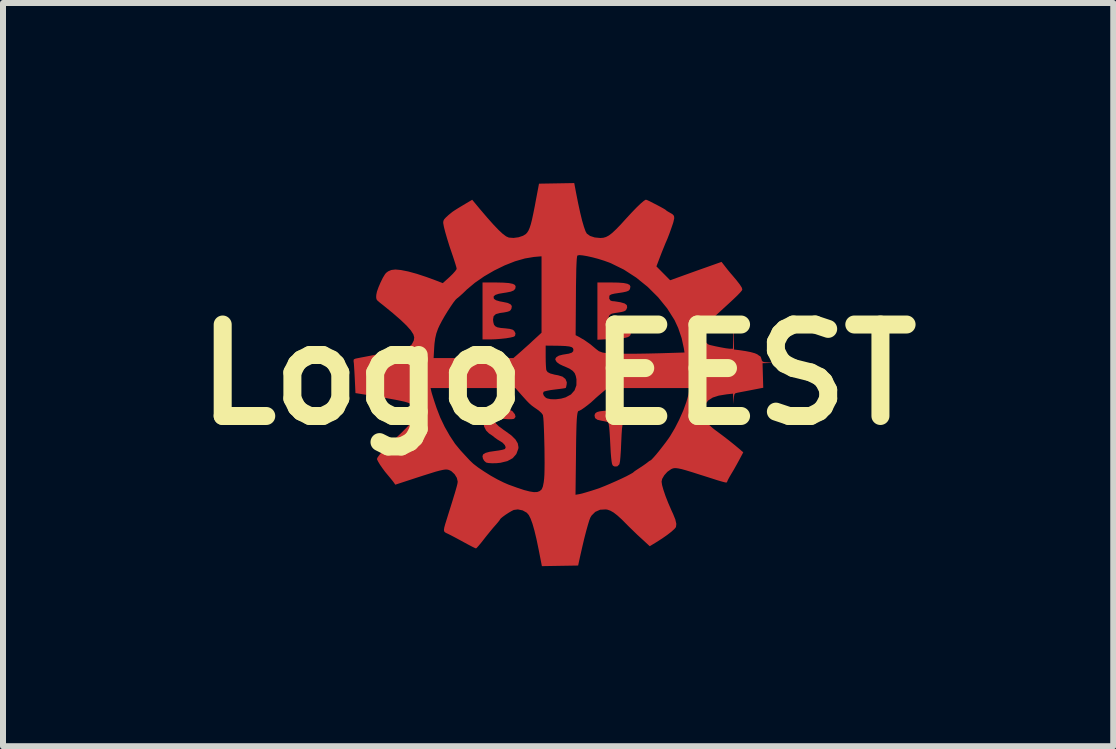
<source format=kicad_pcb>
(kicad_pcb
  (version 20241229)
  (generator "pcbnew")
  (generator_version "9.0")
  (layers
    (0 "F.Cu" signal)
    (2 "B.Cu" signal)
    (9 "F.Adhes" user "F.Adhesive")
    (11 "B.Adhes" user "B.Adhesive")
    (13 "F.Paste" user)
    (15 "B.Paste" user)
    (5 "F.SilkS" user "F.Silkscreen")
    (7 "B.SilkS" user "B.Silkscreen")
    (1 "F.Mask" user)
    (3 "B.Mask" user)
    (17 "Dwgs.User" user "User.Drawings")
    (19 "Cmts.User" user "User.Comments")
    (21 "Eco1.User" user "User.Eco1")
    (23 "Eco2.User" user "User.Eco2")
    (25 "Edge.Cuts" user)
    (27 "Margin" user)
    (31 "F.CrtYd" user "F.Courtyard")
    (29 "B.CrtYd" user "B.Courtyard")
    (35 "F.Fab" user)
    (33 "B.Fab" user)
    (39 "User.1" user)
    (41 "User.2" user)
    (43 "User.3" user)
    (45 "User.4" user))
  (footprint "Logo EEST"
    (layer "F.Cu")
    (at 6.248 3.191)
    (property "Reference" "Logo EEST" (at 0 0 0) (layer "F.SilkS") (effects (font (size 1.524 1.524) (thickness 0.3))))
    (attr board_only exclude_from_pos_files exclude_from_bom)
    (fp_poly (pts (xy 0.996 0.6) (xy 1.103 0.603) (xy 1.181 0.607) (xy 1.236 0.616) (xy 1.272 0.628) (xy 1.276 0.629) (xy 1.315 0.654) (xy 1.325 0.679) (xy 1.306 0.713) (xy 1.297 0.724) (xy 1.252 0.756) (xy 1.185 0.771) (xy 1.132 0.782) (xy 1.092 0.798) (xy 1.083 0.806) (xy 1.073 0.835) (xy 1.065 0.898) (xy 1.058 0.994) (xy 1.052 1.124) (xy 1.051 1.145) (xy 1.046 1.266) (xy 1.039 1.366) (xy 1.032 1.441) (xy 1.023 1.486) (xy 1.02 1.496) (xy 0.986 1.529) (xy 0.941 1.531) (xy 0.918 1.52) (xy 0.907 1.508) (xy 0.898 1.484) (xy 0.891 1.444) (xy 0.884 1.384) (xy 0.877 1.3) (xy 0.871 1.189) (xy 0.865 1.072) (xy 0.858 0.959) (xy 0.851 0.878) (xy 0.843 0.825) (xy 0.833 0.798) (xy 0.829 0.794) (xy 0.799 0.783) (xy 0.749 0.773) (xy 0.724 0.769) (xy 0.654 0.752) (xy 0.616 0.724) (xy 0.607 0.682) (xy 0.61 0.666) (xy 0.622 0.642) (xy 0.649 0.624) (xy 0.692 0.612) (xy 0.758 0.604) (xy 0.849 0.6) (xy 0.97 0.6)) (stroke (width 0) (type solid)) (fill yes) (layer "F.Cu"))
    (fp_poly (pts (xy -0.912 -1.532) (xy -0.819 -1.525) (xy -0.755 -1.512) (xy -0.719 -1.493) (xy -0.707 -1.468) (xy -0.707 -1.467) (xy -0.714 -1.43) (xy -0.74 -1.402) (xy -0.788 -1.382) (xy -0.864 -1.367) (xy -0.897 -1.362) (xy -0.987 -1.347) (xy -1.045 -1.328) (xy -1.073 -1.304) (xy -1.073 -1.274) (xy -1.066 -1.26) (xy -1.035 -1.239) (xy -0.971 -1.22) (xy -0.926 -1.212) (xy -0.843 -1.195) (xy -0.793 -1.172) (xy -0.771 -1.143) (xy -0.776 -1.104) (xy -0.78 -1.094) (xy -0.792 -1.073) (xy -0.813 -1.057) (xy -0.848 -1.046) (xy -0.904 -1.035) (xy -0.971 -1.026) (xy -1.037 -1.008) (xy -1.074 -0.973) (xy -1.084 -0.917) (xy -1.079 -0.872) (xy -1.068 -0.832) (xy -1.047 -0.806) (xy -1.011 -0.788) (xy -0.953 -0.777) (xy -0.882 -0.771) (xy -0.807 -0.762) (xy -0.759 -0.749) (xy -0.733 -0.731) (xy -0.732 -0.729) (xy -0.71 -0.688) (xy -0.716 -0.652) (xy -0.721 -0.642) (xy -0.745 -0.629) (xy -0.797 -0.617) (xy -0.868 -0.605) (xy -0.953 -0.596) (xy -1.044 -0.589) (xy -1.133 -0.586) (xy -1.142 -0.586) (xy -1.259 -0.586) (xy -1.259 -1.535) (xy -1.037 -1.535)) (stroke (width 0) (type solid)) (fill yes) (layer "F.Cu"))
    (fp_poly (pts (xy 1 -1.533) (xy 1.092 -1.526) (xy 1.155 -1.513) (xy 1.192 -1.494) (xy 1.205 -1.467) (xy 1.198 -1.43) (xy 1.19 -1.414) (xy 1.173 -1.397) (xy 1.137 -1.383) (xy 1.078 -1.37) (xy 1.018 -1.361) (xy 0.939 -1.349) (xy 0.889 -1.337) (xy 0.862 -1.323) (xy 0.854 -1.311) (xy 0.852 -1.264) (xy 0.874 -1.233) (xy 0.904 -1.224) (xy 0.942 -1.221) (xy 0.999 -1.212) (xy 1.04 -1.205) (xy 1.109 -1.185) (xy 1.145 -1.157) (xy 1.151 -1.12) (xy 1.139 -1.088) (xy 1.125 -1.069) (xy 1.101 -1.055) (xy 1.06 -1.044) (xy 0.996 -1.033) (xy 0.947 -1.026) (xy 0.893 -1.015) (xy 0.862 -0.995) (xy 0.847 -0.972) (xy 0.837 -0.927) (xy 0.838 -0.874) (xy 0.848 -0.827) (xy 0.866 -0.8) (xy 0.89 -0.793) (xy 0.939 -0.784) (xy 1.004 -0.776) (xy 1.023 -0.773) (xy 1.119 -0.757) (xy 1.182 -0.734) (xy 1.212 -0.704) (xy 1.209 -0.667) (xy 1.204 -0.657) (xy 1.188 -0.639) (xy 1.163 -0.625) (xy 1.124 -0.614) (xy 1.066 -0.605) (xy 0.984 -0.599) (xy 0.873 -0.592) (xy 0.866 -0.592) (xy 0.655 -0.581) (xy 0.655 -1.535) (xy 0.877 -1.535)) (stroke (width 0) (type solid)) (fill yes) (layer "F.Cu"))
    (fp_poly (pts (xy -0.826 0.572) (xy -0.759 0.611) (xy -0.757 0.614) (xy -0.719 0.662) (xy -0.709 0.703) (xy -0.729 0.732) (xy -0.743 0.739) (xy -0.777 0.743) (xy -0.834 0.743) (xy -0.901 0.738) (xy -0.909 0.737) (xy -0.985 0.73) (xy -1.036 0.732) (xy -1.056 0.738) (xy -1.063 0.768) (xy -1.04 0.809) (xy -0.989 0.86) (xy -0.91 0.919) (xy -0.881 0.939) (xy -0.78 1.012) (xy -0.711 1.08) (xy -0.672 1.145) (xy -0.66 1.21) (xy -0.663 1.236) (xy -0.696 1.324) (xy -0.757 1.393) (xy -0.845 1.441) (xy -0.96 1.469) (xy -1.031 1.476) (xy -1.102 1.477) (xy -1.162 1.473) (xy -1.198 1.465) (xy -1.199 1.465) (xy -1.232 1.435) (xy -1.252 1.4) (xy -1.26 1.359) (xy -1.247 1.327) (xy -1.208 1.304) (xy -1.141 1.286) (xy -1.059 1.274) (xy -0.988 1.264) (xy -0.929 1.253) (xy -0.892 1.242) (xy -0.885 1.239) (xy -0.873 1.21) (xy -0.888 1.174) (xy -0.924 1.135) (xy -0.96 1.112) (xy -1.01 1.082) (xy -1.053 1.051) (xy -1.057 1.048) (xy -1.097 1.016) (xy -1.146 0.983) (xy -1.149 0.982) (xy -1.199 0.932) (xy -1.233 0.865) (xy -1.244 0.792) (xy -1.238 0.75) (xy -1.212 0.682) (xy -1.182 0.636) (xy -1.136 0.604) (xy -1.098 0.585) (xy -1.004 0.558) (xy -0.911 0.554)) (stroke (width 0) (type solid)) (fill yes) (layer "F.Cu"))
    (fp_poly (pts (xy 0.299 -3.031) (xy 0.335 -2.85) (xy 0.369 -2.694) (xy 0.401 -2.563) (xy 0.431 -2.461) (xy 0.457 -2.388) (xy 0.479 -2.348) (xy 0.48 -2.348) (xy 0.533 -2.31) (xy 0.61 -2.285) (xy 0.704 -2.276) (xy 0.707 -2.276) (xy 0.754 -2.28) (xy 0.799 -2.293) (xy 0.846 -2.318) (xy 0.9 -2.359) (xy 0.963 -2.418) (xy 1.041 -2.498) (xy 1.127 -2.593) (xy 1.225 -2.699) (xy 1.309 -2.786) (xy 1.378 -2.852) (xy 1.429 -2.895) (xy 1.46 -2.914) (xy 1.464 -2.914) (xy 1.485 -2.907) (xy 1.528 -2.887) (xy 1.584 -2.858) (xy 1.647 -2.826) (xy 1.707 -2.794) (xy 1.756 -2.767) (xy 1.787 -2.748) (xy 1.793 -2.743) (xy 1.813 -2.726) (xy 1.851 -2.704) (xy 1.855 -2.702) (xy 1.905 -2.673) (xy 1.931 -2.644) (xy 1.935 -2.605) (xy 1.922 -2.547) (xy 1.916 -2.525) (xy 1.888 -2.443) (xy 1.856 -2.353) (xy 1.824 -2.27) (xy 1.796 -2.204) (xy 1.793 -2.199) (xy 1.781 -2.169) (xy 1.759 -2.115) (xy 1.731 -2.046) (xy 1.707 -1.984) (xy 1.638 -1.803) (xy 1.752 -1.688) (xy 1.867 -1.572) (xy 2.084 -1.65) (xy 2.192 -1.689) (xy 2.314 -1.733) (xy 2.433 -1.775) (xy 2.512 -1.803) (xy 2.723 -1.878) (xy 2.779 -1.806) (xy 2.826 -1.746) (xy 2.878 -1.683) (xy 2.896 -1.663) (xy 2.974 -1.57) (xy 3.028 -1.5) (xy 3.06 -1.45) (xy 3.069 -1.419) (xy 3.061 -1.4) (xy 3.033 -1.367) (xy 2.985 -1.317) (xy 2.915 -1.25) (xy 2.822 -1.164) (xy 2.756 -1.104) (xy 2.639 -0.996) (xy 2.547 -0.906) (xy 2.481 -0.834) (xy 2.44 -0.782) (xy 2.43 -0.762) (xy 2.413 -0.685) (xy 2.421 -0.611) (xy 2.45 -0.549) (xy 2.498 -0.505) (xy 2.53 -0.493) (xy 2.626 -0.471) (xy 2.716 -0.453) (xy 2.794 -0.439) (xy 2.85 -0.432) (xy 2.866 -0.431) (xy 2.913 -0.431) (xy 2.924 -0.905) (xy 2.928 -0.662) (xy 2.931 -0.418) (xy 3.022 -0.407) (xy 3.122 -0.392) (xy 3.209 -0.375) (xy 3.277 -0.356) (xy 3.319 -0.338) (xy 3.325 -0.333) (xy 3.351 -0.314) (xy 3.362 -0.31) (xy 3.376 -0.296) (xy 3.388 -0.26) (xy 3.388 -0.259) (xy 3.396 -0.231) (xy 3.412 -0.215) (xy 3.442 -0.207) (xy 3.498 -0.203) (xy 3.506 -0.202) (xy 3.613 -0.196) (xy 3.509 -0.193) (xy 3.406 -0.19) (xy 3.412 0.014) (xy 3.418 0.219) (xy 3.222 0.257) (xy 3.139 0.273) (xy 3.065 0.287) (xy 3.008 0.298) (xy 2.98 0.304) (xy 2.952 0.312) (xy 2.937 0.331) (xy 2.93 0.369) (xy 2.927 0.402) (xy 2.921 0.491) (xy 2.917 0.404) (xy 2.914 0.317) (xy 2.806 0.329) (xy 2.677 0.35) (xy 2.577 0.382) (xy 2.503 0.429) (xy 2.451 0.493) (xy 2.418 0.577) (xy 2.406 0.631) (xy 2.402 0.674) (xy 2.408 0.707) (xy 2.431 0.743) (xy 2.46 0.78) (xy 2.514 0.836) (xy 2.578 0.893) (xy 2.612 0.92) (xy 2.739 1.014) (xy 2.843 1.094) (xy 2.929 1.163) (xy 3.005 1.226) (xy 3.019 1.238) (xy 3.085 1.295) (xy 3.019 1.419) (xy 2.977 1.496) (xy 2.931 1.578) (xy 2.891 1.645) (xy 2.858 1.701) (xy 2.832 1.749) (xy 2.819 1.777) (xy 2.816 1.787) (xy 2.813 1.794) (xy 2.805 1.797) (xy 2.788 1.797) (xy 2.759 1.79) (xy 2.715 1.778) (xy 2.651 1.759) (xy 2.564 1.731) (xy 2.451 1.695) (xy 2.362 1.667) (xy 2.234 1.626) (xy 2.135 1.596) (xy 2.06 1.575) (xy 2.003 1.563) (xy 1.962 1.558) (xy 1.93 1.559) (xy 1.904 1.566) (xy 1.884 1.575) (xy 1.821 1.619) (xy 1.769 1.677) (xy 1.734 1.737) (xy 1.724 1.783) (xy 1.732 1.839) (xy 1.755 1.921) (xy 1.79 2.024) (xy 1.836 2.141) (xy 1.892 2.27) (xy 1.915 2.319) (xy 1.953 2.413) (xy 1.97 2.487) (xy 1.964 2.537) (xy 1.964 2.54) (xy 1.938 2.572) (xy 1.887 2.618) (xy 1.817 2.672) (xy 1.734 2.73) (xy 1.642 2.789) (xy 1.631 2.796) (xy 1.527 2.859) (xy 1.389 2.732) (xy 1.318 2.667) (xy 1.246 2.597) (xy 1.181 2.534) (xy 1.155 2.508) (xy 1.063 2.415) (xy 0.987 2.346) (xy 0.925 2.298) (xy 0.871 2.267) (xy 0.822 2.25) (xy 0.796 2.246) (xy 0.7 2.251) (xy 0.619 2.287) (xy 0.557 2.349) (xy 0.537 2.383) (xy 0.519 2.43) (xy 0.496 2.506) (xy 0.468 2.606) (xy 0.437 2.726) (xy 0.405 2.861) (xy 0.372 3.006) (xy 0.358 3.069) (xy 0.334 3.181) (xy -0.27 3.191) (xy -0.325 2.91) (xy -0.361 2.737) (xy -0.395 2.596) (xy -0.427 2.484) (xy -0.458 2.4) (xy -0.488 2.34) (xy -0.52 2.303) (xy -0.52 2.302) (xy -0.591 2.262) (xy -0.67 2.246) (xy -0.739 2.255) (xy -0.775 2.273) (xy -0.823 2.301) (xy -0.875 2.335) (xy -0.922 2.369) (xy -0.955 2.397) (xy -0.966 2.411) (xy -0.977 2.429) (xy -1.005 2.464) (xy -1.042 2.507) (xy -1.086 2.557) (xy -1.141 2.624) (xy -1.201 2.698) (xy -1.236 2.743) (xy -1.284 2.804) (xy -1.326 2.854) (xy -1.355 2.886) (xy -1.368 2.896) (xy -1.388 2.888) (xy -1.431 2.867) (xy -1.492 2.835) (xy -1.564 2.796) (xy -1.566 2.795) (xy -1.647 2.751) (xy -1.725 2.709) (xy -1.792 2.674) (xy -1.832 2.654) (xy -1.864 2.639) (xy -1.886 2.626) (xy -1.899 2.609) (xy -1.902 2.585) (xy -1.896 2.546) (xy -1.88 2.488) (xy -1.854 2.405) (xy -1.833 2.337) (xy -1.787 2.191) (xy -1.751 2.075) (xy -1.729 2.002) (xy 0.29 2.002) (xy 0.356 1.991) (xy 0.399 1.981) (xy 0.465 1.962) (xy 0.545 1.938) (xy 0.626 1.912) (xy 0.696 1.888) (xy 0.779 1.855) (xy 0.871 1.816) (xy 0.966 1.774) (xy 1.056 1.733) (xy 1.137 1.694) (xy 1.201 1.66) (xy 1.245 1.635) (xy 1.259 1.623) (xy 1.277 1.608) (xy 1.316 1.582) (xy 1.362 1.552) (xy 1.418 1.515) (xy 1.465 1.482) (xy 1.491 1.462) (xy 1.52 1.439) (xy 1.537 1.431) (xy 1.555 1.418) (xy 1.588 1.383) (xy 1.634 1.331) (xy 1.686 1.267) (xy 1.74 1.198) (xy 1.793 1.129) (xy 1.84 1.064) (xy 1.866 1.026) (xy 1.945 0.893) (xy 2.019 0.748) (xy 2.085 0.599) (xy 2.137 0.456) (xy 2.173 0.328) (xy 2.18 0.289) (xy 2.192 0.224) (xy 0.823 0.224) (xy 0.726 0.306) (xy 0.673 0.351) (xy 0.625 0.393) (xy 0.594 0.422) (xy 0.594 0.422) (xy 0.547 0.465) (xy 0.491 0.51) (xy 0.435 0.552) (xy 0.387 0.585) (xy 0.354 0.602) (xy 0.348 0.604) (xy 0.337 0.607) (xy 0.329 0.621) (xy 0.322 0.648) (xy 0.316 0.69) (xy 0.311 0.75) (xy 0.307 0.832) (xy 0.304 0.938) (xy 0.301 1.072) (xy 0.299 1.235) (xy 0.298 1.342) (xy 0.29 2.002) (xy -1.729 2.002) (xy -1.723 1.984) (xy -1.703 1.915) (xy -1.689 1.865) (xy -1.68 1.829) (xy -1.675 1.804) (xy -1.673 1.786) (xy -1.673 1.78) (xy -1.687 1.72) (xy -1.724 1.66) (xy -1.776 1.611) (xy -1.798 1.598) (xy -1.822 1.588) (xy -1.848 1.582) (xy -1.878 1.581) (xy -1.918 1.587) (xy -1.972 1.599) (xy -2.043 1.618) (xy -2.135 1.647) (xy -2.253 1.684) (xy -2.361 1.719) (xy -2.712 1.834) (xy -2.748 1.783) (xy -2.784 1.738) (xy -2.827 1.686) (xy -2.838 1.673) (xy -2.882 1.62) (xy -2.927 1.559) (xy -2.968 1.5) (xy -2.999 1.448) (xy -3.016 1.413) (xy -3.018 1.405) (xy -3.005 1.376) (xy -2.97 1.329) (xy -2.916 1.267) (xy -2.846 1.193) (xy -2.763 1.113) (xy -2.733 1.085) (xy -2.618 0.977) (xy -2.529 0.888) (xy -2.463 0.818) (xy -2.42 0.764) (xy -2.402 0.735) (xy -2.385 0.668) (xy -2.392 0.592) (xy -2.421 0.526) (xy -2.434 0.509) (xy -2.451 0.493) (xy -2.476 0.479) (xy -2.51 0.465) (xy -2.558 0.451) (xy -2.622 0.437) (xy -2.705 0.42) (xy -2.811 0.401) (xy -2.941 0.378) (xy -3.101 0.352) (xy -3.262 0.326) (xy -3.376 0.308) (xy -3.38 0.224) (xy -2.124 0.224) (xy -2.112 0.28) (xy -2.102 0.317) (xy -2.083 0.379) (xy -2.058 0.457) (xy -2.029 0.543) (xy -2.024 0.558) (xy -1.964 0.714) (xy -1.889 0.871) (xy -1.804 1.02) (xy -1.716 1.153) (xy -1.629 1.259) (xy -1.573 1.32) (xy -1.514 1.384) (xy -1.47 1.431) (xy -1.412 1.486) (xy -1.33 1.549) (xy -1.23 1.616) (xy -1.122 1.684) (xy -1.011 1.746) (xy -0.906 1.798) (xy -0.828 1.832) (xy -0.684 1.884) (xy -0.567 1.923) (xy -0.474 1.947) (xy -0.403 1.958) (xy -0.348 1.956) (xy -0.307 1.941) (xy -0.276 1.914) (xy -0.273 1.91) (xy -0.254 1.866) (xy -0.239 1.791) (xy -0.232 1.727) (xy -0.228 1.663) (xy -0.226 1.575) (xy -0.225 1.471) (xy -0.226 1.356) (xy -0.227 1.234) (xy -0.23 1.111) (xy -0.233 0.994) (xy -0.237 0.887) (xy -0.241 0.795) (xy -0.246 0.725) (xy -0.252 0.682) (xy -0.254 0.672) (xy -0.278 0.639) (xy -0.321 0.6) (xy -0.356 0.575) (xy -0.404 0.542) (xy -0.444 0.512) (xy -0.482 0.478) (xy -0.525 0.434) (xy -0.58 0.373) (xy -0.611 0.339) (xy -0.63 0.317) (xy -0.251 0.317) (xy -0.236 0.354) (xy -0.204 0.386) (xy -0.184 0.396) (xy -0.12 0.41) (xy -0.037 0.411) (xy 0.051 0.4) (xy 0.125 0.379) (xy 0.214 0.331) (xy 0.274 0.263) (xy 0.305 0.178) (xy 0.306 0.078) (xy 0.295 0.023) (xy 0.276 -0.025) (xy 0.243 -0.063) (xy 0.192 -0.098) (xy 0.115 -0.133) (xy 0.08 -0.147) (xy 0.026 -0.173) (xy -0.017 -0.204) (xy -0.03 -0.219) (xy -0.047 -0.251) (xy -0.041 -0.274) (xy -0.027 -0.292) (xy 0.013 -0.316) (xy 0.08 -0.333) (xy 0.1 -0.336) (xy 0.179 -0.349) (xy 0.229 -0.366) (xy 0.252 -0.39) (xy 0.255 -0.419) (xy 0.247 -0.442) (xy 0.225 -0.458) (xy 0.185 -0.469) (xy 0.123 -0.476) (xy 0.034 -0.48) (xy -0.03 -0.481) (xy -0.207 -0.483) (xy -0.207 -0.297) (xy -0.206 -0.217) (xy -0.203 -0.146) (xy -0.199 -0.095) (xy -0.196 -0.074) (xy -0.176 -0.043) (xy -0.131 -0.019) (xy -0.057 0.001) (xy -0.001 0.011) (xy 0.074 0.034) (xy 0.123 0.074) (xy 0.145 0.127) (xy 0.143 0.161) (xy 0.135 0.201) (xy 0.128 0.222) (xy 0.127 0.222) (xy 0.109 0.227) (xy 0.064 0.234) (xy -0.001 0.242) (xy -0.05 0.248) (xy -0.125 0.258) (xy -0.188 0.27) (xy -0.23 0.281) (xy -0.242 0.287) (xy -0.251 0.317) (xy -0.63 0.317) (xy -0.712 0.224) (xy -2.124 0.224) (xy -3.38 0.224) (xy -3.388 0.055) (xy -3.393 -0.037) (xy -3.398 -0.118) (xy -3.402 -0.182) (xy -3.407 -0.221) (xy -3.408 -0.228) (xy -3.403 -0.254) (xy -3.376 -0.266) (xy -3.348 -0.272) (xy -3.327 -0.276) (xy -2.074 -0.276) (xy -0.744 -0.276) (xy -0.661 -0.348) (xy -0.613 -0.39) (xy -0.55 -0.447) (xy -0.479 -0.51) (xy -0.427 -0.559) (xy -0.32 -0.657) (xy 0.292 -0.657) (xy 0.348 -0.628) (xy 0.44 -0.574) (xy 0.537 -0.506) (xy 0.622 -0.435) (xy 0.625 -0.432) (xy 0.68 -0.39) (xy 0.739 -0.368) (xy 0.781 -0.361) (xy 0.863 -0.354) (xy 0.978 -0.35) (xy 1.123 -0.348) (xy 1.296 -0.348) (xy 1.495 -0.351) (xy 1.704 -0.356) (xy 2.106 -0.368) (xy 2.095 -0.438) (xy 2.058 -0.608) (xy 2.001 -0.776) (xy 1.94 -0.908) (xy 1.817 -1.103) (xy 1.666 -1.289) (xy 1.492 -1.462) (xy 1.3 -1.617) (xy 1.096 -1.749) (xy 0.885 -1.853) (xy 0.854 -1.866) (xy 0.765 -1.898) (xy 0.669 -1.928) (xy 0.575 -1.953) (xy 0.486 -1.973) (xy 0.411 -1.986) (xy 0.354 -1.991) (xy 0.324 -1.985) (xy 0.322 -1.984) (xy 0.316 -1.966) (xy 0.311 -1.924) (xy 0.307 -1.856) (xy 0.303 -1.76) (xy 0.301 -1.634) (xy 0.298 -1.478) (xy 0.297 -1.311) (xy 0.292 -0.657) (xy -0.32 -0.657) (xy -0.276 -0.698) (xy -0.276 -1.971) (xy -0.403 -1.96) (xy -0.553 -1.935) (xy -0.717 -1.888) (xy -0.889 -1.82) (xy -1.063 -1.735) (xy -1.23 -1.638) (xy -1.385 -1.531) (xy -1.52 -1.418) (xy -1.532 -1.406) (xy -1.587 -1.353) (xy -1.636 -1.309) (xy -1.671 -1.279) (xy -1.683 -1.271) (xy -1.709 -1.246) (xy -1.746 -1.198) (xy -1.792 -1.131) (xy -1.842 -1.054) (xy -1.892 -0.972) (xy -1.938 -0.891) (xy -1.976 -0.818) (xy -2 -0.766) (xy -2.029 -0.684) (xy -2.047 -0.606) (xy -2.059 -0.519) (xy -2.064 -0.453) (xy -2.074 -0.276) (xy -3.327 -0.276) (xy -3.292 -0.283) (xy -3.213 -0.298) (xy -3.115 -0.317) (xy -3.006 -0.339) (xy -2.949 -0.35) (xy -2.833 -0.373) (xy -2.726 -0.396) (xy -2.632 -0.418) (xy -2.558 -0.436) (xy -2.509 -0.451) (xy -2.497 -0.455) (xy -2.439 -0.501) (xy -2.404 -0.568) (xy -2.397 -0.62) (xy -2.411 -0.67) (xy -2.453 -0.736) (xy -2.524 -0.816) (xy -2.624 -0.912) (xy -2.753 -1.024) (xy -2.911 -1.153) (xy -2.962 -1.193) (xy -3.005 -1.228) (xy -3.026 -1.256) (xy -3.031 -1.29) (xy -3.029 -1.329) (xy -3.018 -1.383) (xy -2.992 -1.456) (xy -2.958 -1.535) (xy -2.921 -1.611) (xy -2.884 -1.672) (xy -2.866 -1.694) (xy -2.832 -1.72) (xy -2.783 -1.741) (xy -2.778 -1.743) (xy -2.71 -1.751) (xy -2.616 -1.742) (xy -2.496 -1.718) (xy -2.354 -1.679) (xy -2.193 -1.626) (xy -2.051 -1.574) (xy -1.921 -1.524) (xy -1.805 -1.629) (xy -1.754 -1.679) (xy -1.715 -1.723) (xy -1.693 -1.754) (xy -1.69 -1.762) (xy -1.695 -1.789) (xy -1.71 -1.84) (xy -1.732 -1.909) (xy -1.758 -1.988) (xy -1.759 -1.99) (xy -1.808 -2.134) (xy -1.848 -2.263) (xy -1.88 -2.373) (xy -1.902 -2.459) (xy -1.913 -2.519) (xy -1.914 -2.535) (xy -1.911 -2.561) (xy -1.898 -2.587) (xy -1.87 -2.618) (xy -1.824 -2.66) (xy -1.764 -2.709) (xy -1.735 -2.729) (xy -1.685 -2.761) (xy -1.621 -2.8) (xy -1.581 -2.824) (xy -1.431 -2.913) (xy -1.305 -2.761) (xy -1.183 -2.618) (xy -1.079 -2.501) (xy -0.993 -2.411) (xy -0.922 -2.345) (xy -0.866 -2.303) (xy -0.823 -2.284) (xy -0.822 -2.283) (xy -0.743 -2.277) (xy -0.659 -2.288) (xy -0.584 -2.313) (xy -0.536 -2.343) (xy -0.513 -2.369) (xy -0.493 -2.401) (xy -0.474 -2.445) (xy -0.455 -2.503) (xy -0.435 -2.582) (xy -0.413 -2.684) (xy -0.387 -2.814) (xy -0.375 -2.88) (xy -0.318 -3.181) (xy -0.024 -3.186) (xy 0.269 -3.191)) (stroke (width 0) (type solid)) (fill yes) (layer "F.Cu")))
  (gr_rect
    (start -3 -3)
    (end 15.497 9.382)
    (stroke (width 0.1) (type default))
    (fill no)
    (layer "Edge.Cuts")))
</source>
